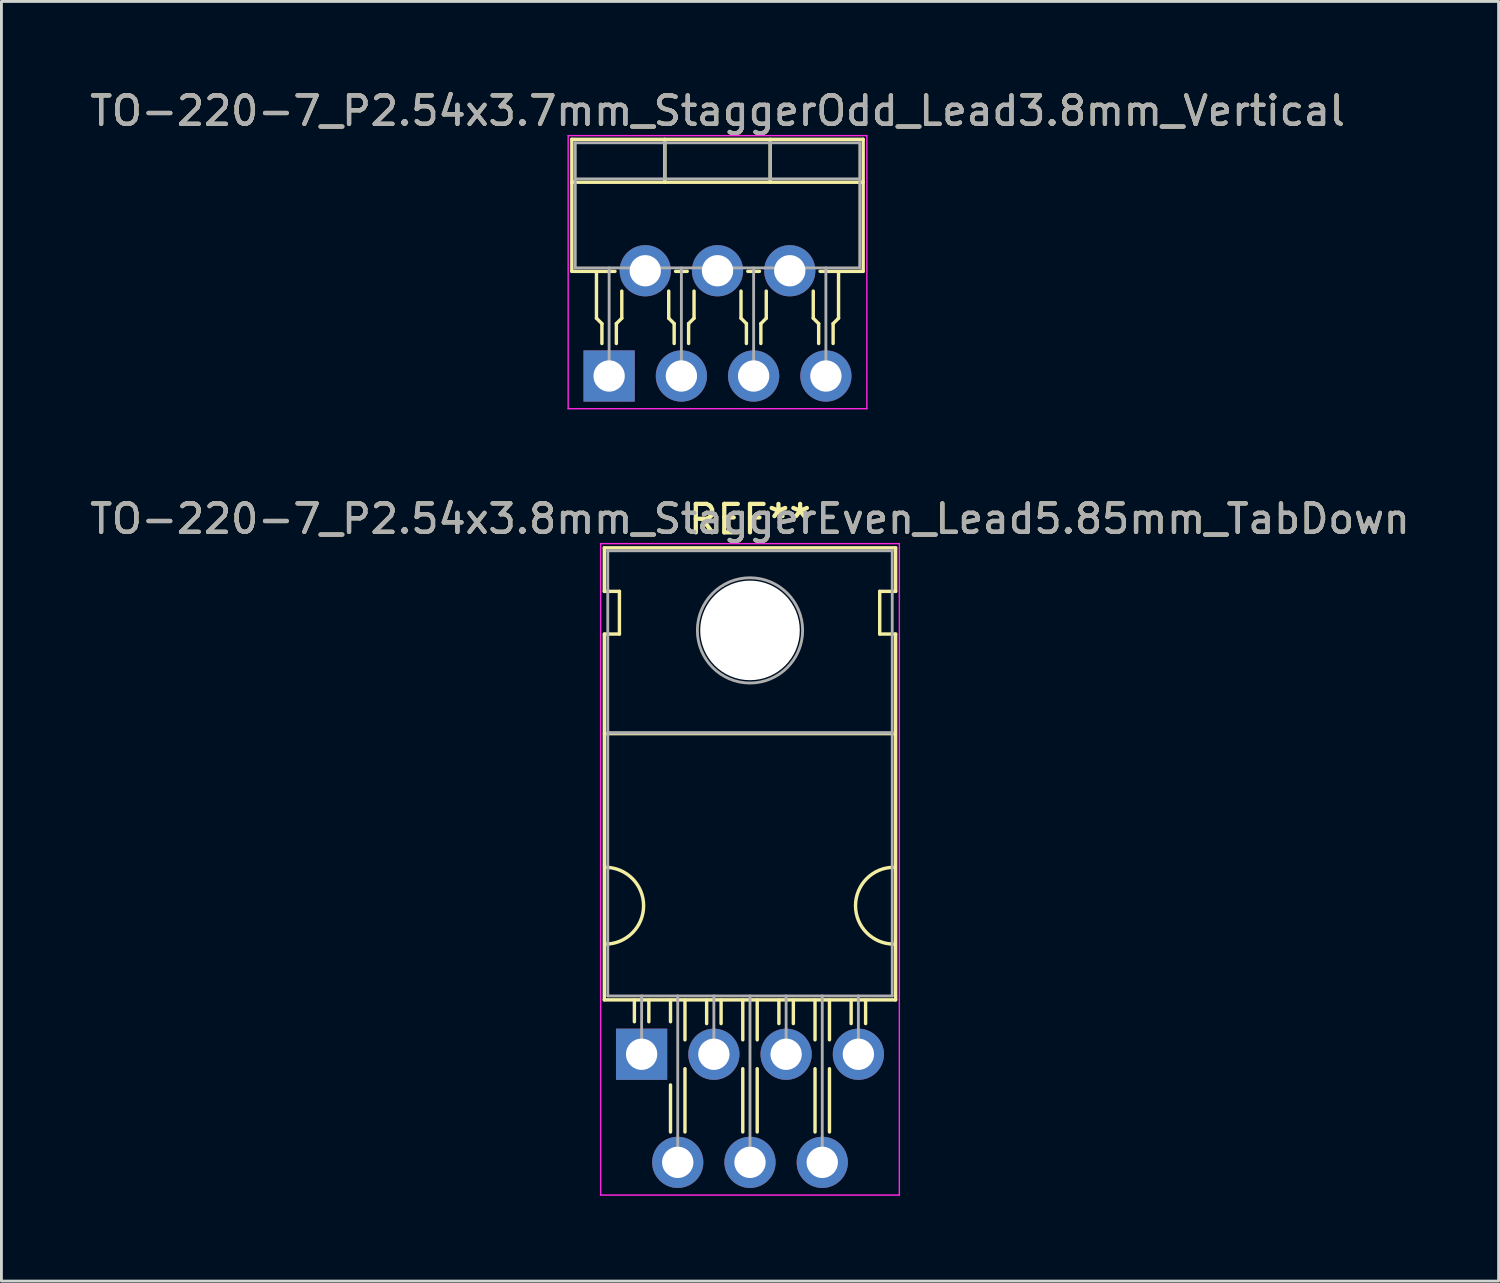
<source format=kicad_pcb>
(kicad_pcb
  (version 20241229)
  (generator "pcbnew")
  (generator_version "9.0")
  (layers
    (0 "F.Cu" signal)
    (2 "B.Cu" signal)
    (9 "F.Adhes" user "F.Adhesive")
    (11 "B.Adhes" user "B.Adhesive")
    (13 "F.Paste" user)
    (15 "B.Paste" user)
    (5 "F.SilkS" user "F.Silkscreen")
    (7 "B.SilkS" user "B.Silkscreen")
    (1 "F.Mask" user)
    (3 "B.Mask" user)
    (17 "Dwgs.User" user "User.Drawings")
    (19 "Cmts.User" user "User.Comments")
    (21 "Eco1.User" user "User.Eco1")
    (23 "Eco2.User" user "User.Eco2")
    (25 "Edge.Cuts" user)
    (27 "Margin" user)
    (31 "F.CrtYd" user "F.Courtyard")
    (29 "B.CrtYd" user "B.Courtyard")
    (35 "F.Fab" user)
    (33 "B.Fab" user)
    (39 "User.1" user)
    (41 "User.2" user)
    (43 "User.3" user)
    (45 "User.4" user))
  (footprint "TO-220-7_P2.54x3.7mm_StaggerOdd_Lead3.8mm_Vertical"
    (layer "F.Cu")
    (at 18.363 10.168)
    (property "Reference" "TO-220-7_P2.54x3.7mm_StaggerOdd_Lead3.8mm_Vertical" (at 3.81 -9.32 0) (layer "F.SilkS") (effects (font (size 1 1) (thickness 0.15))))
    (attr through_hole)
    (fp_line (start -1.31 -8.32) (end -1.31 -3.679) (stroke (width 0.12) (type solid)) (layer "F.SilkS"))
    (fp_line (start -1.31 -8.32) (end 8.93 -8.32) (stroke (width 0.12) (type solid)) (layer "F.SilkS"))
    (fp_line (start -1.31 -6.811) (end 8.93 -6.811) (stroke (width 0.12) (type solid)) (layer "F.SilkS"))
    (fp_line (start -1.31 -3.679) (end 0.205 -3.679) (stroke (width 0.12) (type solid)) (layer "F.SilkS"))
    (fp_line (start -0.445 -3.619) (end -0.445 -2.032) (stroke (width 0.12) (type solid)) (layer "F.SilkS"))
    (fp_line (start -0.445 -2.032) (end -0.254 -1.841) (stroke (width 0.12) (type solid)) (layer "F.SilkS"))
    (fp_line (start -0.254 -1.841) (end -0.254 -1.143) (stroke (width 0.12) (type solid)) (layer "F.SilkS"))
    (fp_line (start 0.254 -1.841) (end 0.445 -2.032) (stroke (width 0.12) (type solid)) (layer "F.SilkS"))
    (fp_line (start 0.254 -1.143) (end 0.254 -1.841) (stroke (width 0.12) (type solid)) (layer "F.SilkS"))
    (fp_line (start 0.445 -2.032) (end 0.445 -2.985) (stroke (width 0.12) (type solid)) (layer "F.SilkS"))
    (fp_line (start 1.96 -8.32) (end 1.96 -6.811) (stroke (width 0.12) (type solid)) (layer "F.SilkS"))
    (fp_line (start 2.095 -2.985) (end 2.095 -2.032) (stroke (width 0.12) (type solid)) (layer "F.SilkS"))
    (fp_line (start 2.095 -2.032) (end 2.286 -1.841) (stroke (width 0.12) (type solid)) (layer "F.SilkS"))
    (fp_line (start 2.286 -1.841) (end 2.286 -1.143) (stroke (width 0.12) (type solid)) (layer "F.SilkS"))
    (fp_line (start 2.336 -3.679) (end 2.745 -3.679) (stroke (width 0.12) (type solid)) (layer "F.SilkS"))
    (fp_line (start 2.794 -1.841) (end 2.985 -2.032) (stroke (width 0.12) (type solid)) (layer "F.SilkS"))
    (fp_line (start 2.794 -1.143) (end 2.794 -1.841) (stroke (width 0.12) (type solid)) (layer "F.SilkS"))
    (fp_line (start 2.985 -2.032) (end 2.985 -2.985) (stroke (width 0.12) (type solid)) (layer "F.SilkS"))
    (fp_line (start 4.636 -2.985) (end 4.636 -2.032) (stroke (width 0.12) (type solid)) (layer "F.SilkS"))
    (fp_line (start 4.636 -2.032) (end 4.826 -1.841) (stroke (width 0.12) (type solid)) (layer "F.SilkS"))
    (fp_line (start 4.826 -1.841) (end 4.826 -1.143) (stroke (width 0.12) (type solid)) (layer "F.SilkS"))
    (fp_line (start 4.875 -3.679) (end 5.285 -3.679) (stroke (width 0.12) (type solid)) (layer "F.SilkS"))
    (fp_line (start 5.334 -1.841) (end 5.524 -2.032) (stroke (width 0.12) (type solid)) (layer "F.SilkS"))
    (fp_line (start 5.334 -1.143) (end 5.334 -1.841) (stroke (width 0.12) (type solid)) (layer "F.SilkS"))
    (fp_line (start 5.524 -2.032) (end 5.524 -2.985) (stroke (width 0.12) (type solid)) (layer "F.SilkS"))
    (fp_line (start 5.66 -8.32) (end 5.66 -6.811) (stroke (width 0.12) (type solid)) (layer "F.SilkS"))
    (fp_line (start 7.176 -2.985) (end 7.176 -2.032) (stroke (width 0.12) (type solid)) (layer "F.SilkS"))
    (fp_line (start 7.176 -2.032) (end 7.366 -1.841) (stroke (width 0.12) (type solid)) (layer "F.SilkS"))
    (fp_line (start 7.366 -1.841) (end 7.366 -1.143) (stroke (width 0.12) (type solid)) (layer "F.SilkS"))
    (fp_line (start 7.415 -3.679) (end 8.93 -3.679) (stroke (width 0.12) (type solid)) (layer "F.SilkS"))
    (fp_line (start 7.874 -1.841) (end 8.065 -2.032) (stroke (width 0.12) (type solid)) (layer "F.SilkS"))
    (fp_line (start 7.874 -1.143) (end 7.874 -1.841) (stroke (width 0.12) (type solid)) (layer "F.SilkS"))
    (fp_line (start 8.065 -2.032) (end 8.065 -3.619) (stroke (width 0.12) (type solid)) (layer "F.SilkS"))
    (fp_line (start 8.93 -8.32) (end 8.93 -3.679) (stroke (width 0.12) (type solid)) (layer "F.SilkS"))
    (fp_line (start -1.44 -8.45) (end -1.44 1.15) (stroke (width 0.05) (type solid)) (layer "F.CrtYd"))
    (fp_line (start -1.44 1.15) (end 9.06 1.15) (stroke (width 0.05) (type solid)) (layer "F.CrtYd"))
    (fp_line (start 9.06 -8.45) (end -1.44 -8.45) (stroke (width 0.05) (type solid)) (layer "F.CrtYd"))
    (fp_line (start 9.06 1.15) (end 9.06 -8.45) (stroke (width 0.05) (type solid)) (layer "F.CrtYd"))
    (fp_line (start -1.19 -8.2) (end -1.19 -3.8) (stroke (width 0.1) (type solid)) (layer "F.Fab"))
    (fp_line (start -1.19 -6.93) (end 8.81 -6.93) (stroke (width 0.1) (type solid)) (layer "F.Fab"))
    (fp_line (start -1.19 -3.8) (end 8.81 -3.8) (stroke (width 0.1) (type solid)) (layer "F.Fab"))
    (fp_line (start 0 -3.8) (end 0 0) (stroke (width 0.1) (type solid)) (layer "F.Fab"))
    (fp_line (start 1.27 -3.8) (end 1.27 -3.7) (stroke (width 0.1) (type solid)) (layer "F.Fab"))
    (fp_line (start 1.96 -8.2) (end 1.96 -6.93) (stroke (width 0.1) (type solid)) (layer "F.Fab"))
    (fp_line (start 2.54 -3.8) (end 2.54 0) (stroke (width 0.1) (type solid)) (layer "F.Fab"))
    (fp_line (start 3.81 -3.8) (end 3.81 -3.7) (stroke (width 0.1) (type solid)) (layer "F.Fab"))
    (fp_line (start 5.08 -3.8) (end 5.08 0) (stroke (width 0.1) (type solid)) (layer "F.Fab"))
    (fp_line (start 5.66 -8.2) (end 5.66 -6.93) (stroke (width 0.1) (type solid)) (layer "F.Fab"))
    (fp_line (start 6.35 -3.8) (end 6.35 -3.7) (stroke (width 0.1) (type solid)) (layer "F.Fab"))
    (fp_line (start 7.62 -3.8) (end 7.62 0) (stroke (width 0.1) (type solid)) (layer "F.Fab"))
    (fp_line (start 8.81 -8.2) (end -1.19 -8.2) (stroke (width 0.1) (type solid)) (layer "F.Fab"))
    (fp_line (start 8.81 -3.8) (end 8.81 -8.2) (stroke (width 0.1) (type solid)) (layer "F.Fab"))
    (fp_text user "${REFERENCE}" (at 3.81 -9.32 0) (layer "F.Fab") (effects (font (size 1 1) (thickness 0.15))))
    (pad "1" thru_hole rect (at 0 0) (size 1.8 1.8) (drill 1.1) (layers "*.Cu" "*.Mask"))
    (pad "2" thru_hole oval (at 1.27 -3.7) (size 1.8 1.8) (drill 1.1) (layers "*.Cu" "*.Mask"))
    (pad "3" thru_hole oval (at 2.54 0) (size 1.8 1.8) (drill 1.1) (layers "*.Cu" "*.Mask"))
    (pad "4" thru_hole oval (at 3.81 -3.7) (size 1.8 1.8) (drill 1.1) (layers "*.Cu" "*.Mask"))
    (pad "5" thru_hole oval (at 5.08 0) (size 1.8 1.8) (drill 1.1) (layers "*.Cu" "*.Mask"))
    (pad "6" thru_hole oval (at 6.35 -3.7) (size 1.8 1.8) (drill 1.1) (layers "*.Cu" "*.Mask"))
    (pad "7" thru_hole oval (at 7.62 0) (size 1.8 1.8) (drill 1.1) (layers "*.Cu" "*.Mask")))
  (footprint "TO-220-7_P2.54x3.8mm_StaggerEven_Lead5.85mm_TabDown"
    (layer "F.Cu")
    (at 19.505 34.011)
    (property "Reference" "TO-220-7_P2.54x3.8mm_StaggerEven_Lead5.85mm_TabDown" (at 3.81 -18.82 0) (layer "F.SilkS") (effects (font (size 1 1) (thickness 0.15))))
    (attr through_hole)
    (fp_line (start -1.31 -17.802) (end -1.31 -16.272) (stroke (width 0.12) (type solid)) (layer "F.SilkS"))
    (fp_line (start -1.31 -17.802) (end 8.93 -17.802) (stroke (width 0.12) (type solid)) (layer "F.SilkS"))
    (fp_line (start -1.31 -16.272) (end -0.78 -16.272) (stroke (width 0.12) (type solid)) (layer "F.SilkS"))
    (fp_line (start -1.31 -14.772) (end -1.31 -1.912) (stroke (width 0.12) (type solid)) (layer "F.SilkS"))
    (fp_line (start -1.31 -1.912) (end 8.93 -1.912) (stroke (width 0.12) (type solid)) (layer "F.SilkS"))
    (fp_line (start -1.305 -11.272) (end 8.92 -11.272) (stroke (width 0.12) (type solid)) (layer "F.SilkS"))
    (fp_line (start -0.78 -16.272) (end -0.78 -14.772) (stroke (width 0.12) (type solid)) (layer "F.SilkS"))
    (fp_line (start -0.78 -14.772) (end -1.305 -14.772) (stroke (width 0.12) (type solid)) (layer "F.SilkS"))
    (fp_line (start -0.254 -1.905) (end -0.254 -1.143) (stroke (width 0.12) (type solid)) (layer "F.SilkS"))
    (fp_line (start 0.254 -1.143) (end 0.254 -1.905) (stroke (width 0.12) (type solid)) (layer "F.SilkS"))
    (fp_line (start 1.016 -1.905) (end 1.016 -1.143) (stroke (width 0.12) (type solid)) (layer "F.SilkS"))
    (fp_line (start 1.016 1.079) (end 1.016 2.731) (stroke (width 0.12) (type solid)) (layer "F.SilkS"))
    (fp_line (start 1.524 -0.508) (end 1.524 -1.905) (stroke (width 0.12) (type solid)) (layer "F.SilkS"))
    (fp_line (start 1.524 2.731) (end 1.524 0.508) (stroke (width 0.12) (type solid)) (layer "F.SilkS"))
    (fp_line (start 2.286 -1.905) (end 2.286 -1.079) (stroke (width 0.12) (type solid)) (layer "F.SilkS"))
    (fp_line (start 2.794 -1.079) (end 2.794 -1.905) (stroke (width 0.12) (type solid)) (layer "F.SilkS"))
    (fp_line (start 3.556 -1.905) (end 3.556 -0.508) (stroke (width 0.12) (type solid)) (layer "F.SilkS"))
    (fp_line (start 3.556 0.508) (end 3.556 2.731) (stroke (width 0.12) (type solid)) (layer "F.SilkS"))
    (fp_line (start 4.064 -0.508) (end 4.064 -1.905) (stroke (width 0.12) (type solid)) (layer "F.SilkS"))
    (fp_line (start 4.064 2.731) (end 4.064 0.508) (stroke (width 0.12) (type solid)) (layer "F.SilkS"))
    (fp_line (start 4.826 -1.905) (end 4.826 -1.079) (stroke (width 0.12) (type solid)) (layer "F.SilkS"))
    (fp_line (start 5.334 -1.079) (end 5.334 -1.905) (stroke (width 0.12) (type solid)) (layer "F.SilkS"))
    (fp_line (start 6.096 -1.905) (end 6.096 -0.508) (stroke (width 0.12) (type solid)) (layer "F.SilkS"))
    (fp_line (start 6.096 0.508) (end 6.096 2.731) (stroke (width 0.12) (type solid)) (layer "F.SilkS"))
    (fp_line (start 6.604 -0.508) (end 6.604 -1.905) (stroke (width 0.12) (type solid)) (layer "F.SilkS"))
    (fp_line (start 6.604 2.731) (end 6.604 0.508) (stroke (width 0.12) (type solid)) (layer "F.SilkS"))
    (fp_line (start 7.366 -1.905) (end 7.366 -1.079) (stroke (width 0.12) (type solid)) (layer "F.SilkS"))
    (fp_line (start 7.874 -1.079) (end 7.874 -1.905) (stroke (width 0.12) (type solid)) (layer "F.SilkS"))
    (fp_line (start 8.37 -16.272) (end 8.93 -16.272) (stroke (width 0.12) (type solid)) (layer "F.SilkS"))
    (fp_line (start 8.37 -14.772) (end 8.37 -16.272) (stroke (width 0.12) (type solid)) (layer "F.SilkS"))
    (fp_line (start 8.93 -17.802) (end 8.93 -16.272) (stroke (width 0.12) (type solid)) (layer "F.SilkS"))
    (fp_line (start 8.93 -14.772) (end 8.37 -14.772) (stroke (width 0.12) (type solid)) (layer "F.SilkS"))
    (fp_line (start 8.93 -14.772) (end 8.93 -1.912) (stroke (width 0.12) (type solid)) (layer "F.SilkS"))
    (fp_arc (start -1.28 -6.572) (mid 0.07 -5.222) (end -1.28 -3.872) (stroke (width 0.12) (type solid)) (layer "F.SilkS"))
    (fp_arc (start 8.87 -3.872) (mid 7.52 -5.222) (end 8.87 -6.572) (stroke (width 0.12) (type solid)) (layer "F.SilkS"))
    (fp_line (start -1.44 -17.95) (end -1.44 4.95) (stroke (width 0.05) (type solid)) (layer "F.CrtYd"))
    (fp_line (start -1.44 4.95) (end 9.06 4.95) (stroke (width 0.05) (type solid)) (layer "F.CrtYd"))
    (fp_line (start 9.06 -17.95) (end -1.44 -17.95) (stroke (width 0.05) (type solid)) (layer "F.CrtYd"))
    (fp_line (start 9.06 4.95) (end 9.06 -17.95) (stroke (width 0.05) (type solid)) (layer "F.CrtYd"))
    (fp_line (start -1.19 -17.7) (end 8.81 -17.7) (stroke (width 0.1) (type solid)) (layer "F.Fab"))
    (fp_line (start -1.19 -11.3) (end -1.19 -17.7) (stroke (width 0.1) (type solid)) (layer "F.Fab"))
    (fp_line (start -1.19 -11.3) (end 8.81 -11.3) (stroke (width 0.1) (type solid)) (layer "F.Fab"))
    (fp_line (start -1.19 -2.05) (end -1.19 -11.3) (stroke (width 0.1) (type solid)) (layer "F.Fab"))
    (fp_line (start 0 -2.05) (end 0 0) (stroke (width 0.1) (type solid)) (layer "F.Fab"))
    (fp_line (start 1.27 -2.05) (end 1.27 3.8) (stroke (width 0.1) (type solid)) (layer "F.Fab"))
    (fp_line (start 2.54 -2.05) (end 2.54 0) (stroke (width 0.1) (type solid)) (layer "F.Fab"))
    (fp_line (start 3.81 -2.05) (end 3.81 3.8) (stroke (width 0.1) (type solid)) (layer "F.Fab"))
    (fp_line (start 5.08 -2.05) (end 5.08 0) (stroke (width 0.1) (type solid)) (layer "F.Fab"))
    (fp_line (start 6.35 -2.05) (end 6.35 3.8) (stroke (width 0.1) (type solid)) (layer "F.Fab"))
    (fp_line (start 7.62 -2.05) (end 7.62 0) (stroke (width 0.1) (type solid)) (layer "F.Fab"))
    (fp_line (start 8.81 -17.7) (end 8.81 -11.3) (stroke (width 0.1) (type solid)) (layer "F.Fab"))
    (fp_line (start 8.81 -11.3) (end -1.19 -11.3) (stroke (width 0.1) (type solid)) (layer "F.Fab"))
    (fp_line (start 8.81 -11.3) (end 8.81 -2.05) (stroke (width 0.1) (type solid)) (layer "F.Fab"))
    (fp_line (start 8.81 -2.05) (end -1.19 -2.05) (stroke (width 0.1) (type solid)) (layer "F.Fab"))
    (fp_circle (center 3.81 -14.9) (end 5.66 -14.9) (stroke (width 0.1) (type solid)) (fill no) (layer "F.Fab"))
    (fp_text user "REF**" (at 3.81 -18.802 0) (layer "F.SilkS") (effects (font (size 1 1) (thickness 0.15))))
    (fp_text user "${REFERENCE}" (at 3.81 -18.82 0) (layer "F.Fab") (effects (font (size 1 1) (thickness 0.15))))
    (pad "" np_thru_hole oval (at 3.81 -14.9) (size 3.5 3.5) (drill 3.5) (layers "*.Cu" "*.Mask"))
    (pad "1" thru_hole rect (at 0 0) (size 1.8 1.8) (drill 1.1) (layers "*.Cu" "*.Mask"))
    (pad "2" thru_hole oval (at 1.27 3.8) (size 1.8 1.8) (drill 1.1) (layers "*.Cu" "*.Mask"))
    (pad "3" thru_hole oval (at 2.54 0) (size 1.8 1.8) (drill 1.1) (layers "*.Cu" "*.Mask"))
    (pad "4" thru_hole oval (at 3.81 3.8) (size 1.8 1.8) (drill 1.1) (layers "*.Cu" "*.Mask"))
    (pad "5" thru_hole oval (at 5.08 0) (size 1.8 1.8) (drill 1.1) (layers "*.Cu" "*.Mask"))
    (pad "6" thru_hole oval (at 6.35 3.8) (size 1.8 1.8) (drill 1.1) (layers "*.Cu" "*.Mask"))
    (pad "7" thru_hole oval (at 7.62 0) (size 1.8 1.8) (drill 1.1) (layers "*.Cu" "*.Mask")))
  (gr_rect
    (start -3 -3)
    (end 49.631 41.986)
    (stroke (width 0.1) (type default))
    (fill no)
    (layer "Edge.Cuts")))
</source>
